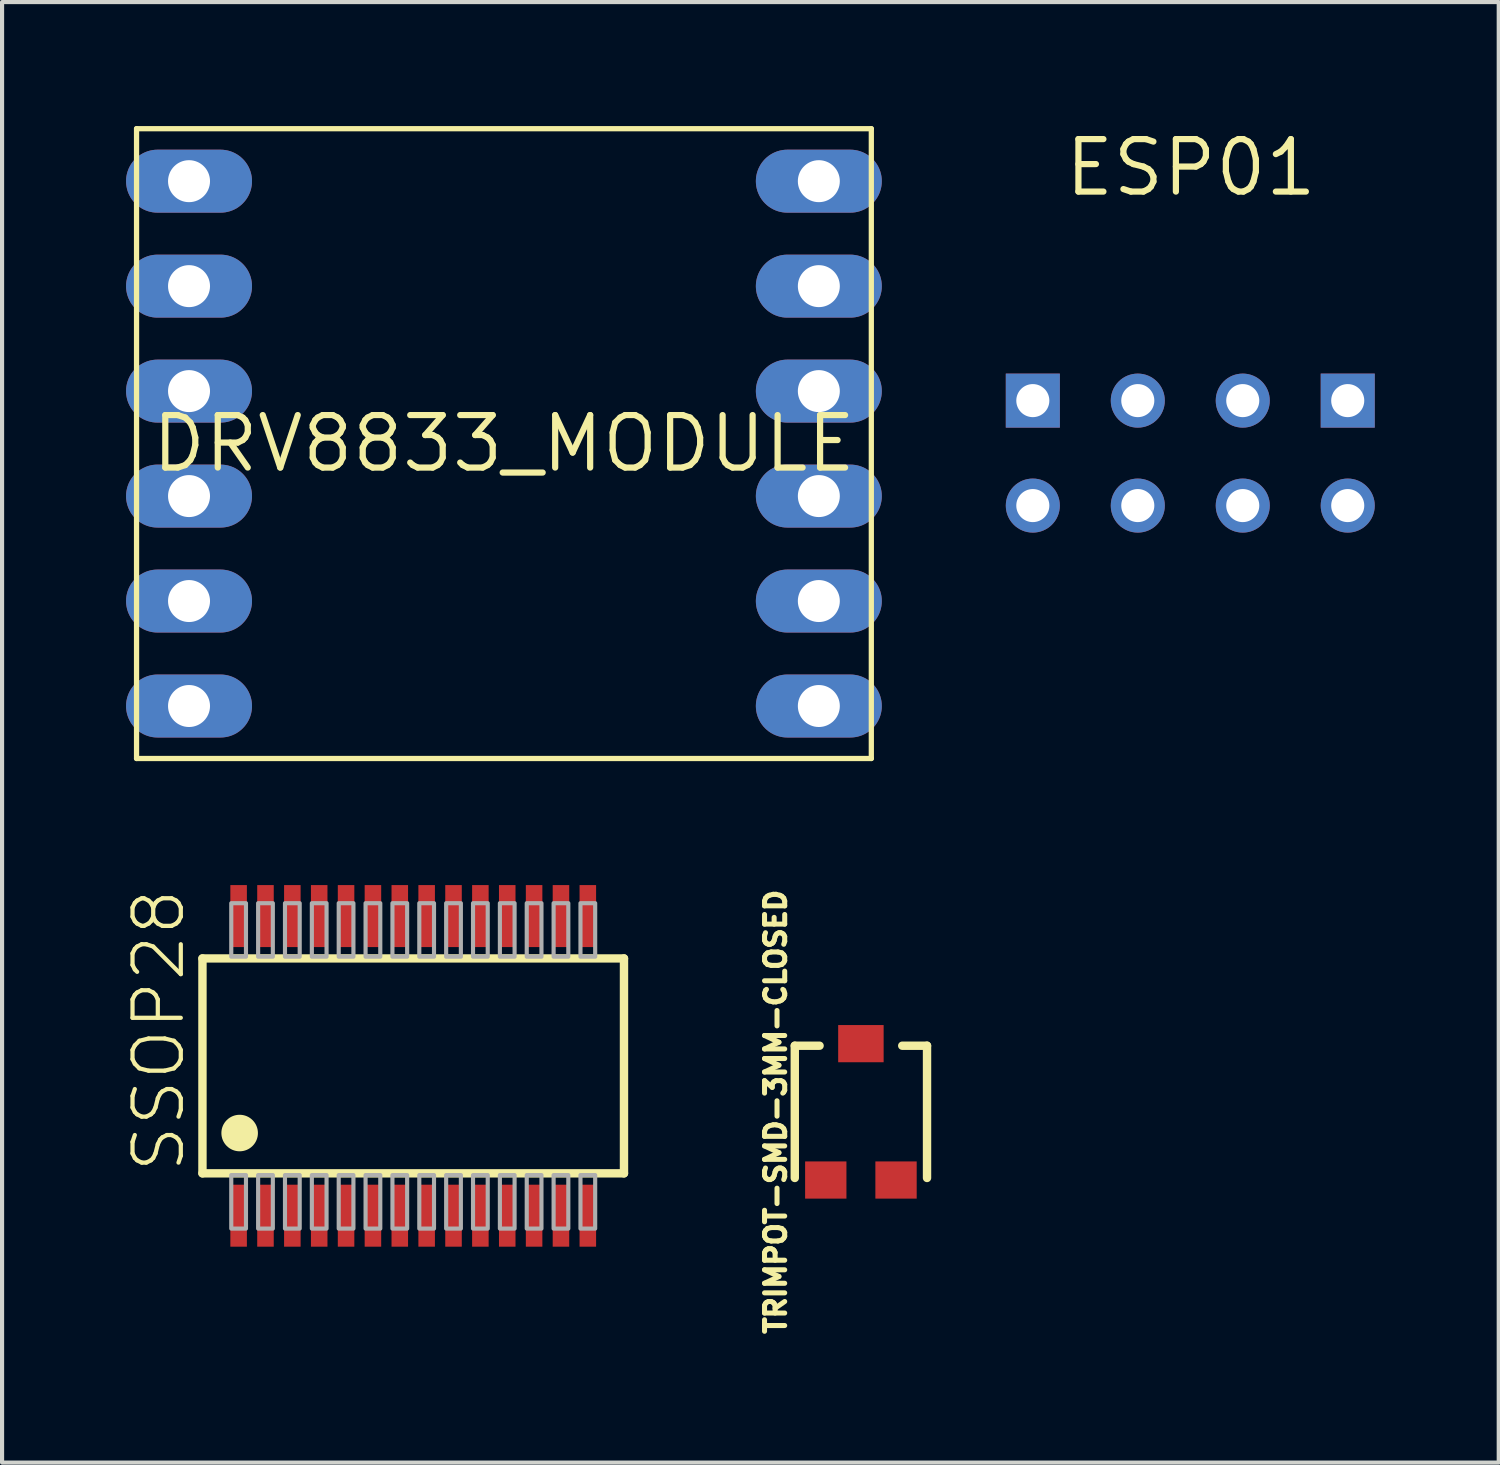
<source format=kicad_pcb>
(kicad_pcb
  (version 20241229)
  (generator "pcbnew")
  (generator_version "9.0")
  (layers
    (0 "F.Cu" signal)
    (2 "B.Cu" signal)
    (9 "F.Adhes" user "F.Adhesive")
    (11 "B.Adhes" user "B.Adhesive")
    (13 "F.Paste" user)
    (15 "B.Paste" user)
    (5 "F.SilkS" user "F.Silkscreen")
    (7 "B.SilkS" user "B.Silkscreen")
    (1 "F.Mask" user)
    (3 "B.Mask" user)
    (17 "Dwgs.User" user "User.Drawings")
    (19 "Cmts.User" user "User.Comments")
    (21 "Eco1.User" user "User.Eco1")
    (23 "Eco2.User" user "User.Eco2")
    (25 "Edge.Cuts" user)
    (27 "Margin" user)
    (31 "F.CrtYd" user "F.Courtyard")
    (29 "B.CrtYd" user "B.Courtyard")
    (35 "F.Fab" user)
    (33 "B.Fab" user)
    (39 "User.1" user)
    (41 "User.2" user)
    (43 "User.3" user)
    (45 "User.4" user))
  (footprint "ESP01"
    (layer "F.Cu")
    (at 25.767 1.006)
    (property "Reference" "ESP01" (at 0 0 0) (layer "F.SilkS") (effects (font (size 1.27 1.27) (thickness 0.15))))
    (pad "CH_PD" thru_hole circle (at -1.285 8.178 270) (size 1.308 1.308) (drill 0.8) (layers "*.Cu" "*.Mask"))
    (pad "GND" thru_hole rect (at -3.825 5.638 270) (size 1.308 1.308) (drill 0.8) (layers "*.Cu" "*.Mask"))
    (pad "GPIO0" thru_hole circle (at 1.255 5.638 270) (size 1.308 1.308) (drill 0.8) (layers "*.Cu" "*.Mask"))
    (pad "GPIO2" thru_hole circle (at -1.285 5.638 270) (size 1.308 1.308) (drill 0.8) (layers "*.Cu" "*.Mask"))
    (pad "RST" thru_hole circle (at 1.255 8.178 270) (size 1.308 1.308) (drill 0.8) (layers "*.Cu" "*.Mask"))
    (pad "RX" thru_hole rect (at 3.795 5.638 270) (size 1.308 1.308) (drill 0.8) (layers "*.Cu" "*.Mask"))
    (pad "TX" thru_hole circle (at -3.825 8.178 270) (size 1.308 1.308) (drill 0.8) (layers "*.Cu" "*.Mask"))
    (pad "VCC" thru_hole circle (at 3.795 8.178 270) (size 1.308 1.308) (drill 0.8) (layers "*.Cu" "*.Mask")))
  (footprint "SSOP28"
    (layer "F.Cu")
    (at 6.949 22.742)
    (property "Reference" "SSOP28" (at -5.476 2.63 90) (layer "F.SilkS") (effects (font (size 1.168 1.168) (thickness 0.102)) (justify left bottom)))
    (fp_line (start -5.1 -2.6) (end -5.1 2.6) (stroke (width 0.203) (type solid)) (layer "F.SilkS"))
    (fp_line (start -5.1 2.6) (end 5.1 2.6) (stroke (width 0.203) (type solid)) (layer "F.SilkS"))
    (fp_line (start 5.1 -2.6) (end -5.1 -2.6) (stroke (width 0.203) (type solid)) (layer "F.SilkS"))
    (fp_line (start 5.1 2.6) (end 5.1 -2.6) (stroke (width 0.203) (type solid)) (layer "F.SilkS"))
    (fp_circle (center -4.2 1.625) (end -3.979 1.625) (stroke (width 0.442) (type solid)) (fill yes) (layer "F.SilkS"))
    (fp_poly (pts (xy -4.403 -2.642) (xy -4.047 -2.642) (xy -4.047 -3.937) (xy -4.403 -3.937)) (stroke (width 0.1) (type default)) (fill no) (layer "F.Fab"))
    (fp_poly (pts (xy -4.403 3.937) (xy -4.047 3.937) (xy -4.047 2.642) (xy -4.403 2.642)) (stroke (width 0.1) (type default)) (fill no) (layer "F.Fab"))
    (fp_poly (pts (xy -3.753 -2.642) (xy -3.397 -2.642) (xy -3.397 -3.937) (xy -3.753 -3.937)) (stroke (width 0.1) (type default)) (fill no) (layer "F.Fab"))
    (fp_poly (pts (xy -3.753 3.937) (xy -3.397 3.937) (xy -3.397 2.642) (xy -3.753 2.642)) (stroke (width 0.1) (type default)) (fill no) (layer "F.Fab"))
    (fp_poly (pts (xy -3.103 -2.642) (xy -2.747 -2.642) (xy -2.747 -3.937) (xy -3.103 -3.937)) (stroke (width 0.1) (type default)) (fill no) (layer "F.Fab"))
    (fp_poly (pts (xy -3.103 3.937) (xy -2.747 3.937) (xy -2.747 2.642) (xy -3.103 2.642)) (stroke (width 0.1) (type default)) (fill no) (layer "F.Fab"))
    (fp_poly (pts (xy -2.453 -2.642) (xy -2.097 -2.642) (xy -2.097 -3.937) (xy -2.453 -3.937)) (stroke (width 0.1) (type default)) (fill no) (layer "F.Fab"))
    (fp_poly (pts (xy -2.453 3.937) (xy -2.097 3.937) (xy -2.097 2.642) (xy -2.453 2.642)) (stroke (width 0.1) (type default)) (fill no) (layer "F.Fab"))
    (fp_poly (pts (xy -1.803 -2.642) (xy -1.447 -2.642) (xy -1.447 -3.937) (xy -1.803 -3.937)) (stroke (width 0.1) (type default)) (fill no) (layer "F.Fab"))
    (fp_poly (pts (xy -1.803 3.937) (xy -1.447 3.937) (xy -1.447 2.642) (xy -1.803 2.642)) (stroke (width 0.1) (type default)) (fill no) (layer "F.Fab"))
    (fp_poly (pts (xy -1.153 -2.642) (xy -0.797 -2.642) (xy -0.797 -3.937) (xy -1.153 -3.937)) (stroke (width 0.1) (type default)) (fill no) (layer "F.Fab"))
    (fp_poly (pts (xy -1.153 3.937) (xy -0.797 3.937) (xy -0.797 2.642) (xy -1.153 2.642)) (stroke (width 0.1) (type default)) (fill no) (layer "F.Fab"))
    (fp_poly (pts (xy -0.503 -2.642) (xy -0.147 -2.642) (xy -0.147 -3.937) (xy -0.503 -3.937)) (stroke (width 0.1) (type default)) (fill no) (layer "F.Fab"))
    (fp_poly (pts (xy -0.503 3.937) (xy -0.147 3.937) (xy -0.147 2.642) (xy -0.503 2.642)) (stroke (width 0.1) (type default)) (fill no) (layer "F.Fab"))
    (fp_poly (pts (xy 0.147 -2.642) (xy 0.503 -2.642) (xy 0.503 -3.937) (xy 0.147 -3.937)) (stroke (width 0.1) (type default)) (fill no) (layer "F.Fab"))
    (fp_poly (pts (xy 0.147 3.937) (xy 0.503 3.937) (xy 0.503 2.642) (xy 0.147 2.642)) (stroke (width 0.1) (type default)) (fill no) (layer "F.Fab"))
    (fp_poly (pts (xy 0.797 -2.642) (xy 1.153 -2.642) (xy 1.153 -3.937) (xy 0.797 -3.937)) (stroke (width 0.1) (type default)) (fill no) (layer "F.Fab"))
    (fp_poly (pts (xy 0.797 3.937) (xy 1.153 3.937) (xy 1.153 2.642) (xy 0.797 2.642)) (stroke (width 0.1) (type default)) (fill no) (layer "F.Fab"))
    (fp_poly (pts (xy 1.447 -2.642) (xy 1.803 -2.642) (xy 1.803 -3.937) (xy 1.447 -3.937)) (stroke (width 0.1) (type default)) (fill no) (layer "F.Fab"))
    (fp_poly (pts (xy 1.447 3.937) (xy 1.803 3.937) (xy 1.803 2.642) (xy 1.447 2.642)) (stroke (width 0.1) (type default)) (fill no) (layer "F.Fab"))
    (fp_poly (pts (xy 2.097 -2.642) (xy 2.453 -2.642) (xy 2.453 -3.937) (xy 2.097 -3.937)) (stroke (width 0.1) (type default)) (fill no) (layer "F.Fab"))
    (fp_poly (pts (xy 2.097 3.937) (xy 2.453 3.937) (xy 2.453 2.642) (xy 2.097 2.642)) (stroke (width 0.1) (type default)) (fill no) (layer "F.Fab"))
    (fp_poly (pts (xy 2.747 -2.642) (xy 3.103 -2.642) (xy 3.103 -3.937) (xy 2.747 -3.937)) (stroke (width 0.1) (type default)) (fill no) (layer "F.Fab"))
    (fp_poly (pts (xy 2.747 3.937) (xy 3.103 3.937) (xy 3.103 2.642) (xy 2.747 2.642)) (stroke (width 0.1) (type default)) (fill no) (layer "F.Fab"))
    (fp_poly (pts (xy 3.397 -2.642) (xy 3.753 -2.642) (xy 3.753 -3.937) (xy 3.397 -3.937)) (stroke (width 0.1) (type default)) (fill no) (layer "F.Fab"))
    (fp_poly (pts (xy 3.397 3.937) (xy 3.753 3.937) (xy 3.753 2.642) (xy 3.397 2.642)) (stroke (width 0.1) (type default)) (fill no) (layer "F.Fab"))
    (fp_poly (pts (xy 4.047 -2.642) (xy 4.403 -2.642) (xy 4.403 -3.937) (xy 4.047 -3.937)) (stroke (width 0.1) (type default)) (fill no) (layer "F.Fab"))
    (fp_poly (pts (xy 4.047 3.937) (xy 4.403 3.937) (xy 4.403 2.642) (xy 4.047 2.642)) (stroke (width 0.1) (type default)) (fill no) (layer "F.Fab"))
    (pad "1" smd rect (at -4.225 3.625) (size 0.4 1.5) (layers "F.Cu" "F.Mask" "F.Paste"))
    (pad "2" smd rect (at -3.575 3.625) (size 0.4 1.5) (layers "F.Cu" "F.Mask" "F.Paste"))
    (pad "3" smd rect (at -2.925 3.625) (size 0.4 1.5) (layers "F.Cu" "F.Mask" "F.Paste"))
    (pad "4" smd rect (at -2.275 3.625) (size 0.4 1.5) (layers "F.Cu" "F.Mask" "F.Paste"))
    (pad "5" smd rect (at -1.625 3.625) (size 0.4 1.5) (layers "F.Cu" "F.Mask" "F.Paste"))
    (pad "6" smd rect (at -0.975 3.625) (size 0.4 1.5) (layers "F.Cu" "F.Mask" "F.Paste"))
    (pad "7" smd rect (at -0.325 3.625) (size 0.4 1.5) (layers "F.Cu" "F.Mask" "F.Paste"))
    (pad "8" smd rect (at 0.325 3.625) (size 0.4 1.5) (layers "F.Cu" "F.Mask" "F.Paste"))
    (pad "9" smd rect (at 0.975 3.625) (size 0.4 1.5) (layers "F.Cu" "F.Mask" "F.Paste"))
    (pad "10" smd rect (at 1.625 3.625) (size 0.4 1.5) (layers "F.Cu" "F.Mask" "F.Paste"))
    (pad "11" smd rect (at 2.275 3.625) (size 0.4 1.5) (layers "F.Cu" "F.Mask" "F.Paste"))
    (pad "12" smd rect (at 2.925 3.625) (size 0.4 1.5) (layers "F.Cu" "F.Mask" "F.Paste"))
    (pad "13" smd rect (at 3.575 3.625) (size 0.4 1.5) (layers "F.Cu" "F.Mask" "F.Paste"))
    (pad "14" smd rect (at 4.225 3.625) (size 0.4 1.5) (layers "F.Cu" "F.Mask" "F.Paste"))
    (pad "15" smd rect (at 4.225 -3.625) (size 0.4 1.5) (layers "F.Cu" "F.Mask" "F.Paste"))
    (pad "16" smd rect (at 3.575 -3.625) (size 0.4 1.5) (layers "F.Cu" "F.Mask" "F.Paste"))
    (pad "17" smd rect (at 2.925 -3.625) (size 0.4 1.5) (layers "F.Cu" "F.Mask" "F.Paste"))
    (pad "18" smd rect (at 2.275 -3.625) (size 0.4 1.5) (layers "F.Cu" "F.Mask" "F.Paste"))
    (pad "19" smd rect (at 1.625 -3.625) (size 0.4 1.5) (layers "F.Cu" "F.Mask" "F.Paste"))
    (pad "20" smd rect (at 0.975 -3.625) (size 0.4 1.5) (layers "F.Cu" "F.Mask" "F.Paste"))
    (pad "21" smd rect (at 0.325 -3.625) (size 0.4 1.5) (layers "F.Cu" "F.Mask" "F.Paste"))
    (pad "22" smd rect (at -0.325 -3.625) (size 0.4 1.5) (layers "F.Cu" "F.Mask" "F.Paste"))
    (pad "23" smd rect (at -0.975 -3.625) (size 0.4 1.5) (layers "F.Cu" "F.Mask" "F.Paste"))
    (pad "24" smd rect (at -1.625 -3.625) (size 0.4 1.5) (layers "F.Cu" "F.Mask" "F.Paste"))
    (pad "25" smd rect (at -2.275 -3.625) (size 0.4 1.5) (layers "F.Cu" "F.Mask" "F.Paste"))
    (pad "26" smd rect (at -2.925 -3.625) (size 0.4 1.5) (layers "F.Cu" "F.Mask" "F.Paste"))
    (pad "27" smd rect (at -3.575 -3.625) (size 0.4 1.5) (layers "F.Cu" "F.Mask" "F.Paste"))
    (pad "28" smd rect (at -4.225 -3.625) (size 0.4 1.5) (layers "F.Cu" "F.Mask" "F.Paste")))
  (footprint "TRIMPOT-SMD-3MM-CLOSED"
    (layer "F.Cu")
    (at 17.782 23.854)
    (property "Reference" "TRIMPOT-SMD-3MM-CLOSED" (at -1.778 0 90) (layer "F.SilkS") (effects (font (size 0.488 0.488) (thickness 0.122)) (justify bottom)))
    (fp_line (start -1.6 -1.6) (end -1.6 1.6) (stroke (width 0.203) (type solid)) (layer "F.SilkS"))
    (fp_line (start -1 -1.6) (end -1.6 -1.6) (stroke (width 0.203) (type solid)) (layer "F.SilkS"))
    (fp_line (start 1 -1.6) (end 1.6 -1.6) (stroke (width 0.203) (type solid)) (layer "F.SilkS"))
    (fp_line (start 1.6 -1.6) (end 1.6 1.6) (stroke (width 0.203) (type solid)) (layer "F.SilkS"))
    (pad "1" smd rect (at -0.85 1.65) (size 1 0.9) (layers "F.Cu" "F.Mask" "F.Paste"))
    (pad "2" smd rect (at 0 -1.65) (size 1.1 0.9) (layers "F.Cu" "F.Mask" "F.Paste"))
    (pad "3" smd rect (at 0.85 1.65) (size 1 0.9) (layers "F.Cu" "F.Mask" "F.Paste")))
  (footprint "DRV8833_MODULE"
    (layer "F.Cu")
    (at 9.144 7.684)
    (property "Reference" "DRV8833_MODULE" (at 0 0 0) (layer "F.SilkS") (effects (font (size 1.27 1.27) (thickness 0.15))))
    (fp_line (start -8.89 -7.62) (end 8.89 -7.62) (stroke (width 0.127) (type solid)) (layer "F.SilkS"))
    (fp_line (start -8.89 7.62) (end -8.89 -7.62) (stroke (width 0.127) (type solid)) (layer "F.SilkS"))
    (fp_line (start 8.89 -7.62) (end 8.89 7.62) (stroke (width 0.127) (type solid)) (layer "F.SilkS"))
    (fp_line (start 8.89 7.62) (end -8.89 7.62) (stroke (width 0.127) (type solid)) (layer "F.SilkS"))
    (pad "!FAULT" thru_hole oval (at -7.62 6.35) (size 3.048 1.524) (drill 1.016) (layers "*.Cu" "*.Mask"))
    (pad "!SLEEP" thru_hole oval (at -7.62 -6.35) (size 3.048 1.524) (drill 1.016) (layers "*.Cu" "*.Mask"))
    (pad "GND" thru_hole oval (at 7.62 -1.27 180) (size 3.048 1.524) (drill 1.016) (layers "*.Cu" "*.Mask"))
    (pad "IN1" thru_hole oval (at 7.62 6.35 180) (size 3.048 1.524) (drill 1.016) (layers "*.Cu" "*.Mask"))
    (pad "IN2" thru_hole oval (at 7.62 3.81 180) (size 3.048 1.524) (drill 1.016) (layers "*.Cu" "*.Mask"))
    (pad "IN3" thru_hole oval (at 7.62 -3.81 180) (size 3.048 1.524) (drill 1.016) (layers "*.Cu" "*.Mask"))
    (pad "IN4" thru_hole oval (at 7.62 -6.35 180) (size 3.048 1.524) (drill 1.016) (layers "*.Cu" "*.Mask"))
    (pad "OUT1" thru_hole oval (at -7.62 -3.81) (size 3.048 1.524) (drill 1.016) (layers "*.Cu" "*.Mask"))
    (pad "OUT2" thru_hole oval (at -7.62 -1.27) (size 3.048 1.524) (drill 1.016) (layers "*.Cu" "*.Mask"))
    (pad "OUT3" thru_hole oval (at -7.62 1.27) (size 3.048 1.524) (drill 1.016) (layers "*.Cu" "*.Mask"))
    (pad "OUT4" thru_hole oval (at -7.62 3.81) (size 3.048 1.524) (drill 1.016) (layers "*.Cu" "*.Mask"))
    (pad "VCC" thru_hole oval (at 7.62 1.27 180) (size 3.048 1.524) (drill 1.016) (layers "*.Cu" "*.Mask")))
  (gr_rect
    (start -3 -3)
    (end 33.216 32.341)
    (stroke (width 0.1) (type default))
    (fill no)
    (layer "Edge.Cuts")))
</source>
